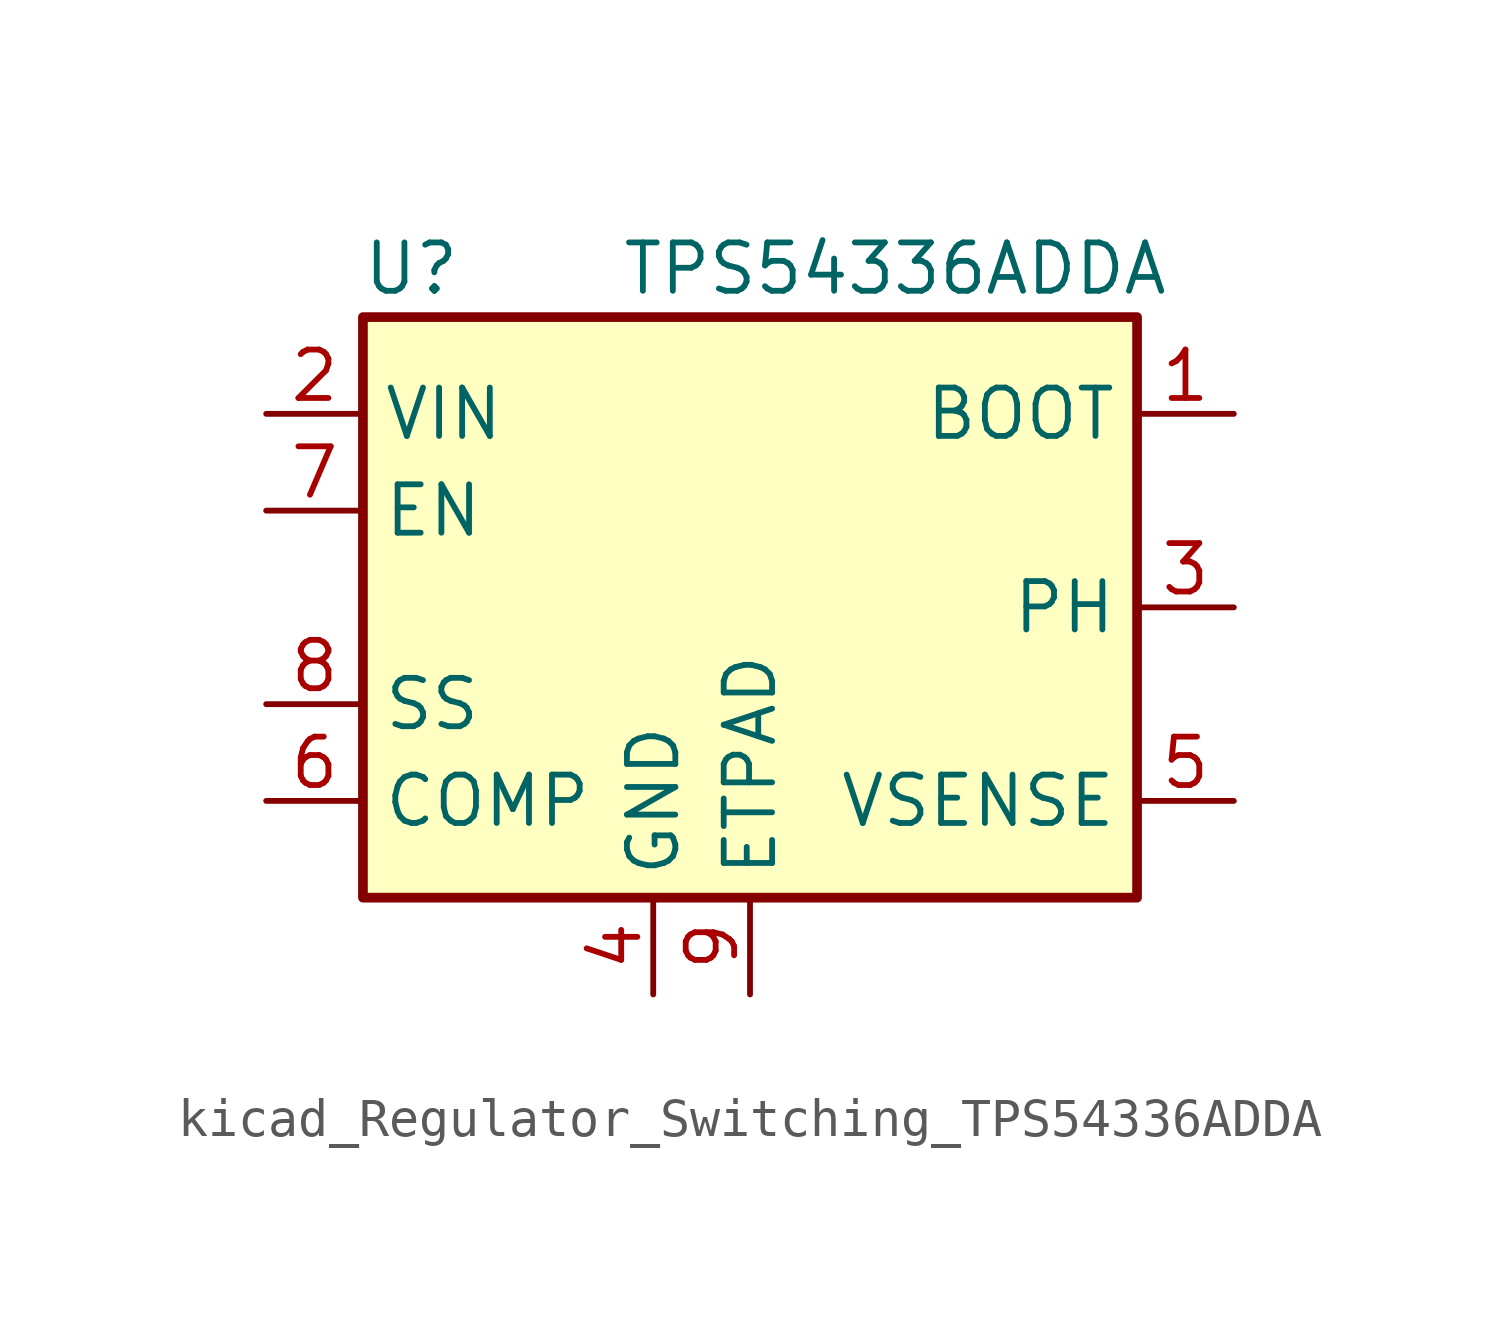
<source format=kicad_sym>
(kicad_symbol_lib
  (version 20220914)
  (generator kicad_symbol_editor)
  (symbol "kicad_Regulator_Switching_TPS54336ADDA"
    (property "Reference" "U"
      (at -8.89 8.89 0)
      (effects (font (size 1.27 1.27))))
    (property "Value" "TPS54336ADDA"
      (at 3.81 8.89 0)
      (effects (font (size 1.27 1.27))))
    (symbol "kicad_Regulator_Switching_TPS54336ADDA_1_1"
      (rectangle (start -10.16 7.62) (end 10.16 -7.62) (stroke (width 0.254) (type default)) (fill (type background)))
      (pin output line (at 12.7 5.08 180) (length 2.54) (name "BOOT" (effects (font (size 1.27 1.27)))) (number "1" (effects (font (size 1.27 1.27)))))
      (pin power_in line (at -12.7 5.08 0) (length 2.54) (name "VIN" (effects (font (size 1.27 1.27)))) (number "2" (effects (font (size 1.27 1.27)))))
      (pin output line (at 12.7 0 180) (length 2.54) (name "PH" (effects (font (size 1.27 1.27)))) (number "3" (effects (font (size 1.27 1.27)))))
      (pin power_in line (at -2.54 -10.16 90) (length 2.54) (name "GND" (effects (font (size 1.27 1.27)))) (number "4" (effects (font (size 1.27 1.27)))))
      (pin input line (at 12.7 -5.08 180) (length 2.54) (name "VSENSE" (effects (font (size 1.27 1.27)))) (number "5" (effects (font (size 1.27 1.27)))))
      (pin output line (at -12.7 -5.08 0) (length 2.54) (name "COMP" (effects (font (size 1.27 1.27)))) (number "6" (effects (font (size 1.27 1.27)))))
      (pin input line (at -12.7 2.54 0) (length 2.54) (name "EN" (effects (font (size 1.27 1.27)))) (number "7" (effects (font (size 1.27 1.27)))))
      (pin output line (at -12.7 -2.54 0) (length 2.54) (name "SS" (effects (font (size 1.27 1.27)))) (number "8" (effects (font (size 1.27 1.27)))))
      (pin power_in line (at 0 -10.16 90) (length 2.54) (name "ETPAD" (effects (font (size 1.27 1.27)))) (number "9" (effects (font (size 1.27 1.27))))))))
</source>
